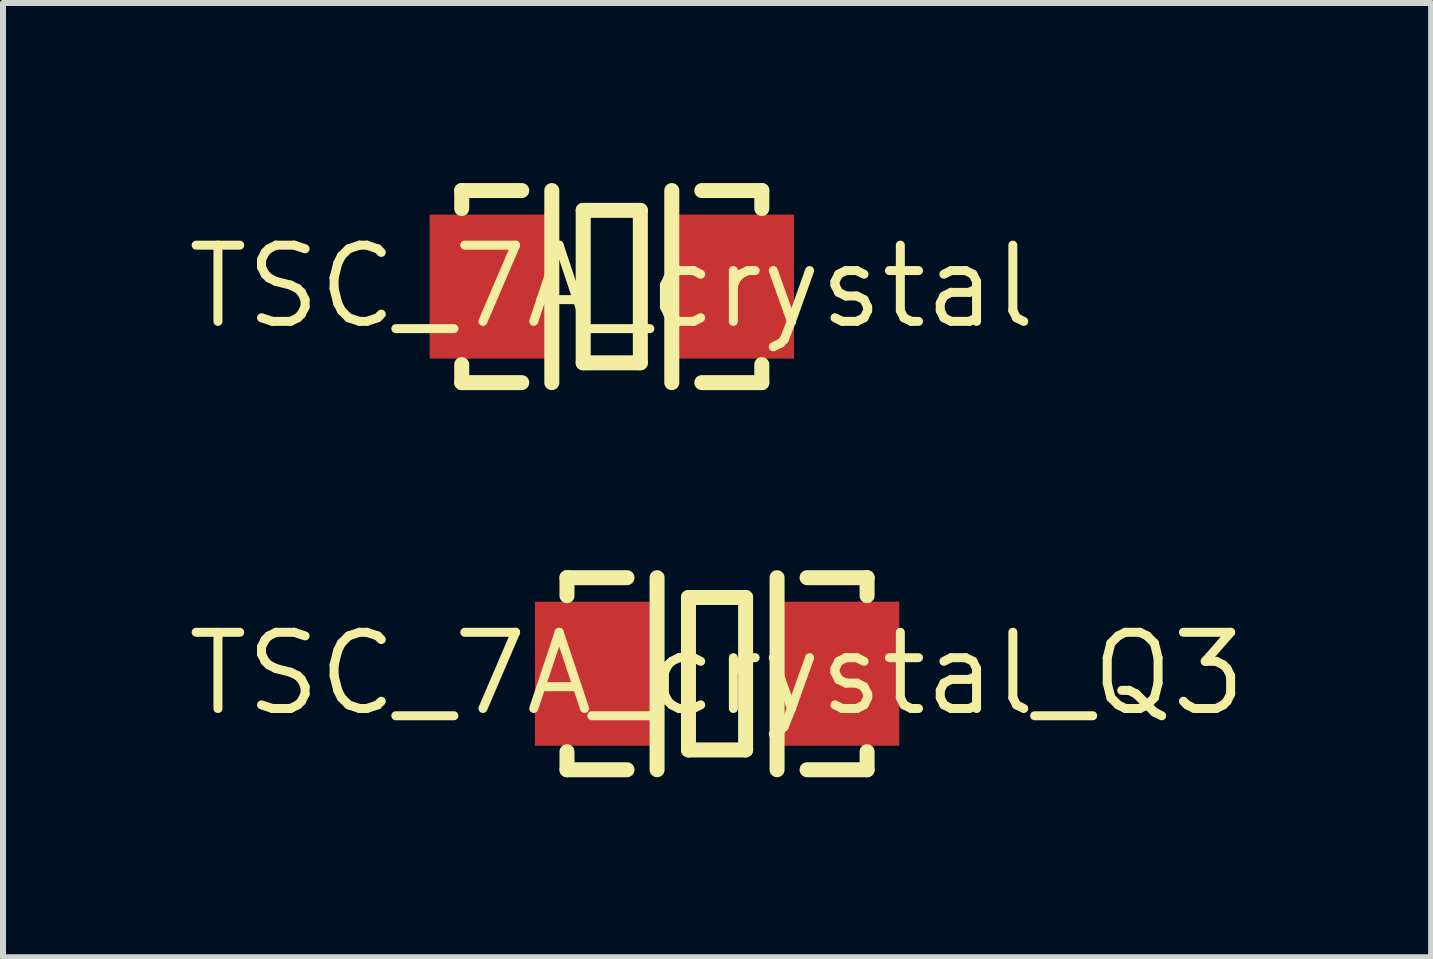
<source format=kicad_pcb>
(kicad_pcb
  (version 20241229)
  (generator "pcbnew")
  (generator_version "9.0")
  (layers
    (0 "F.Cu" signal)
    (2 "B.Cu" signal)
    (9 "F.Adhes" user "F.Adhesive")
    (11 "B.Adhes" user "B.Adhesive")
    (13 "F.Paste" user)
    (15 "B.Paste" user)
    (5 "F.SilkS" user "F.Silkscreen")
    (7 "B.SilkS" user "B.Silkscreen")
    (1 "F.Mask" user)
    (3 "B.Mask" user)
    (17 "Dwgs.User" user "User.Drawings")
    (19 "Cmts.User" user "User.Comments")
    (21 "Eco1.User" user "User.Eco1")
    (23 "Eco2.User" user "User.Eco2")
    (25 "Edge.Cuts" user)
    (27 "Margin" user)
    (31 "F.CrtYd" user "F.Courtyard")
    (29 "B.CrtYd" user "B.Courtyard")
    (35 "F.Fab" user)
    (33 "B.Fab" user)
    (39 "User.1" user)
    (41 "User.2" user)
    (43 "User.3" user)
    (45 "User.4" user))
  (footprint "TSC_7A_crystal_Q3"
    (layer "F.Cu")
    (at 8.897 8.175)
    (property "Reference" "TSC_7A_crystal_Q3" (at 0 0 0) (layer "F.SilkS") (effects (font (size 1.27 1.27) (thickness 0.15))))
    (fp_poly (pts (xy -3.035 -1.2) (xy -1.035 -1.2) (xy -1.035 1.2) (xy -3.035 1.2)) (stroke (width 0) (type default)) (fill yes) (layer "F.Mask"))
    (fp_poly (pts (xy 1.036 -1.2) (xy 3.036 -1.2) (xy 3.036 1.2) (xy 1.036 1.2)) (stroke (width 0) (type default)) (fill yes) (layer "F.Mask"))
    (fp_line (start -2.5 -1.6) (end -2.5 -1.3) (stroke (width 0.25) (type solid)) (layer "F.SilkS"))
    (fp_line (start -2.5 -1.6) (end -1.5 -1.6) (stroke (width 0.25) (type solid)) (layer "F.SilkS"))
    (fp_line (start -2.5 1.6) (end -2.5 1.3) (stroke (width 0.25) (type solid)) (layer "F.SilkS"))
    (fp_line (start -1.5 1.6) (end -2.5 1.6) (stroke (width 0.25) (type solid)) (layer "F.SilkS"))
    (fp_line (start -0.999 -1.6) (end -0.999 1.6) (stroke (width 0.25) (type solid)) (layer "F.SilkS"))
    (fp_line (start -0.476 -1.27) (end -0.476 1.27) (stroke (width 0.25) (type solid)) (layer "F.SilkS"))
    (fp_line (start -0.476 -1.27) (end 0.476 -1.27) (stroke (width 0.25) (type solid)) (layer "F.SilkS"))
    (fp_line (start -0.476 1.27) (end 0.476 1.27) (stroke (width 0.25) (type solid)) (layer "F.SilkS"))
    (fp_line (start 0.476 1.27) (end 0.476 -1.27) (stroke (width 0.25) (type solid)) (layer "F.SilkS"))
    (fp_line (start 1 -1.6) (end 1 1.6) (stroke (width 0.25) (type solid)) (layer "F.SilkS"))
    (fp_line (start 1.5 1.6) (end 2.5 1.6) (stroke (width 0.25) (type solid)) (layer "F.SilkS"))
    (fp_line (start 2.5 -1.6) (end 1.5 -1.6) (stroke (width 0.25) (type solid)) (layer "F.SilkS"))
    (fp_line (start 2.5 -1.6) (end 2.5 -1.3) (stroke (width 0.25) (type solid)) (layer "F.SilkS"))
    (fp_line (start 2.5 1.6) (end 2.5 1.3) (stroke (width 0.25) (type solid)) (layer "F.SilkS"))
    (fp_poly (pts (xy -3.035 -1.2) (xy -1.035 -1.2) (xy -1.035 1.2) (xy -3.035 1.2)) (stroke (width 0) (type default)) (fill yes) (layer "F.Paste"))
    (fp_poly (pts (xy 1.036 -1.2) (xy 3.036 -1.2) (xy 3.036 1.2) (xy 1.036 1.2)) (stroke (width 0) (type default)) (fill yes) (layer "F.Paste"))
    (pad "1" smd rect (at 2.036 0) (size 2 2.4) (layers "F.Cu"))
    (pad "2" smd rect (at -2.035 0) (size 2 2.4) (layers "F.Cu")))
  (footprint "TSC_7A_crystal"
    (layer "F.Cu")
    (at 7.143 1.725)
    (property "Reference" "TSC_7A_crystal" (at 0 0 0) (layer "F.SilkS") (effects (font (size 1.27 1.27) (thickness 0.15))))
    (fp_poly (pts (xy -3.035 -1.2) (xy -1.035 -1.2) (xy -1.035 1.2) (xy -3.035 1.2)) (stroke (width 0) (type default)) (fill yes) (layer "F.Mask"))
    (fp_poly (pts (xy 1.036 -1.2) (xy 3.036 -1.2) (xy 3.036 1.2) (xy 1.036 1.2)) (stroke (width 0) (type default)) (fill yes) (layer "F.Mask"))
    (fp_line (start -2.5 -1.6) (end -2.5 -1.3) (stroke (width 0.25) (type solid)) (layer "F.SilkS"))
    (fp_line (start -2.5 -1.6) (end -1.5 -1.6) (stroke (width 0.25) (type solid)) (layer "F.SilkS"))
    (fp_line (start -2.5 1.6) (end -2.5 1.3) (stroke (width 0.25) (type solid)) (layer "F.SilkS"))
    (fp_line (start -1.5 1.6) (end -2.5 1.6) (stroke (width 0.25) (type solid)) (layer "F.SilkS"))
    (fp_line (start -0.999 -1.6) (end -0.999 1.6) (stroke (width 0.25) (type solid)) (layer "F.SilkS"))
    (fp_line (start -0.476 -1.27) (end -0.476 1.27) (stroke (width 0.25) (type solid)) (layer "F.SilkS"))
    (fp_line (start -0.476 -1.27) (end 0.476 -1.27) (stroke (width 0.25) (type solid)) (layer "F.SilkS"))
    (fp_line (start -0.476 1.27) (end 0.476 1.27) (stroke (width 0.25) (type solid)) (layer "F.SilkS"))
    (fp_line (start 0.476 1.27) (end 0.476 -1.27) (stroke (width 0.25) (type solid)) (layer "F.SilkS"))
    (fp_line (start 1 -1.6) (end 1 1.6) (stroke (width 0.25) (type solid)) (layer "F.SilkS"))
    (fp_line (start 1.5 1.6) (end 2.5 1.6) (stroke (width 0.25) (type solid)) (layer "F.SilkS"))
    (fp_line (start 2.5 -1.6) (end 1.5 -1.6) (stroke (width 0.25) (type solid)) (layer "F.SilkS"))
    (fp_line (start 2.5 -1.6) (end 2.5 -1.3) (stroke (width 0.25) (type solid)) (layer "F.SilkS"))
    (fp_line (start 2.5 1.6) (end 2.5 1.3) (stroke (width 0.25) (type solid)) (layer "F.SilkS"))
    (fp_poly (pts (xy -3.035 -1.2) (xy -1.035 -1.2) (xy -1.035 1.2) (xy -3.035 1.2)) (stroke (width 0) (type default)) (fill yes) (layer "F.Paste"))
    (fp_poly (pts (xy 1.036 -1.2) (xy 3.036 -1.2) (xy 3.036 1.2) (xy 1.036 1.2)) (stroke (width 0) (type default)) (fill yes) (layer "F.Paste"))
    (pad "1" smd rect (at 2.036 0) (size 2 2.4) (layers "F.Cu"))
    (pad "2" smd rect (at -2.035 0) (size 2 2.4) (layers "F.Cu")))
  (gr_rect
    (start -3 -3)
    (end 20.795 12.9)
    (stroke (width 0.1) (type default))
    (fill no)
    (layer "Edge.Cuts")))
</source>
